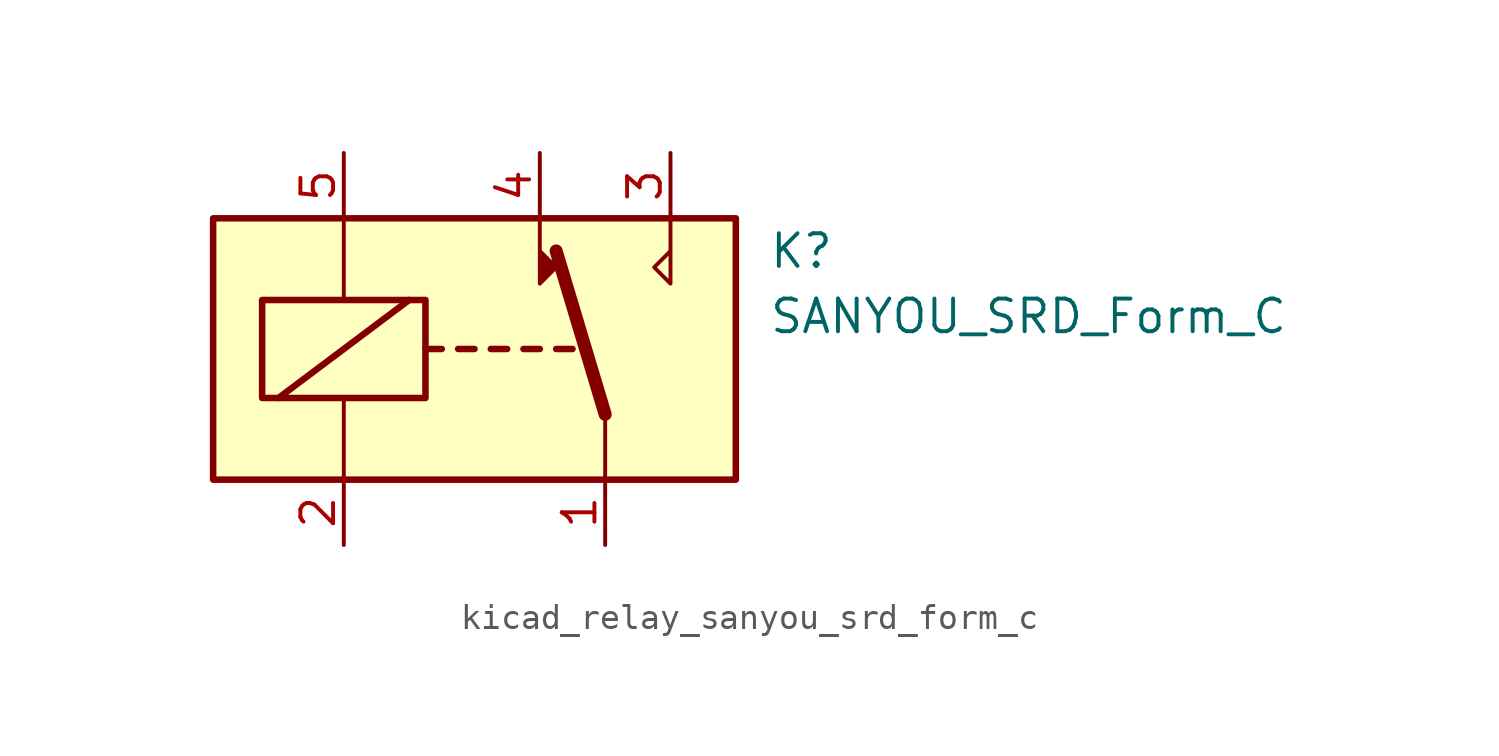
<source format=kicad_sym>
(kicad_symbol_lib
  (version 20220914)
  (generator kicad_symbol_editor)
  (symbol "kicad_relay_sanyou_srd_form_c"
    (property "Reference" "K"
      (at 11.43 3.81 0)
      (effects (font (size 1.27 1.27)) (justify left)))
    (property "Value" "SANYOU_SRD_Form_C"
      (at 11.43 1.27 0)
      (effects (font (size 1.27 1.27)) (justify left)))
    (symbol "kicad_relay_sanyou_srd_form_c_0_0"
      (polyline (pts (xy 7.62 5.08) (xy 7.62 2.54) (xy 6.985 3.175) (xy 7.62 3.81)) (stroke (width 0) (type default)) (fill (type none))))
    (symbol "kicad_relay_sanyou_srd_form_c_0_1"
      (rectangle (start -10.16 5.08) (end 10.16 -5.08) (stroke (width 0.254) (type default)) (fill (type background)))
      (rectangle (start -8.255 1.905) (end -1.905 -1.905) (stroke (width 0.254) (type default)) (fill (type none)))
      (polyline (pts (xy -7.62 -1.905) (xy -2.54 1.905)) (stroke (width 0.254) (type default)) (fill (type none)))
      (polyline (pts (xy -5.08 -5.08) (xy -5.08 -1.905)) (stroke (width 0) (type default)) (fill (type none)))
      (polyline (pts (xy -5.08 5.08) (xy -5.08 1.905)) (stroke (width 0) (type default)) (fill (type none)))
      (polyline (pts (xy -1.905 0) (xy -1.27 0)) (stroke (width 0.254) (type default)) (fill (type none)))
      (polyline (pts (xy -0.635 0) (xy 0 0)) (stroke (width 0.254) (type default)) (fill (type none)))
      (polyline (pts (xy 0.635 0) (xy 1.27 0)) (stroke (width 0.254) (type default)) (fill (type none)))
      (polyline (pts (xy 1.905 0) (xy 2.54 0)) (stroke (width 0.254) (type default)) (fill (type none)))
      (polyline (pts (xy 3.175 0) (xy 3.81 0)) (stroke (width 0.254) (type default)) (fill (type none)))
      (polyline (pts (xy 5.08 -2.54) (xy 3.175 3.81)) (stroke (width 0.508) (type default)) (fill (type none)))
      (polyline (pts (xy 5.08 -2.54) (xy 5.08 -5.08)) (stroke (width 0) (type default)) (fill (type none))))
    (symbol "kicad_relay_sanyou_srd_form_c_1_1"
      (polyline (pts (xy 2.54 3.81) (xy 3.175 3.175) (xy 2.54 2.54) (xy 2.54 5.08)) (stroke (width 0) (type default)) (fill (type outline)))
      (pin passive line (at 5.08 -7.62 90) (length 2.54) (name "~" (effects (font (size 1.27 1.27)))) (number "1" (effects (font (size 1.27 1.27)))))
      (pin passive line (at -5.08 -7.62 90) (length 2.54) (name "~" (effects (font (size 1.27 1.27)))) (number "2" (effects (font (size 1.27 1.27)))))
      (pin passive line (at 7.62 7.62 270) (length 2.54) (name "~" (effects (font (size 1.27 1.27)))) (number "3" (effects (font (size 1.27 1.27)))))
      (pin passive line (at 2.54 7.62 270) (length 2.54) (name "~" (effects (font (size 1.27 1.27)))) (number "4" (effects (font (size 1.27 1.27)))))
      (pin passive line (at -5.08 7.62 270) (length 2.54) (name "~" (effects (font (size 1.27 1.27)))) (number "5" (effects (font (size 1.27 1.27))))))))
</source>
